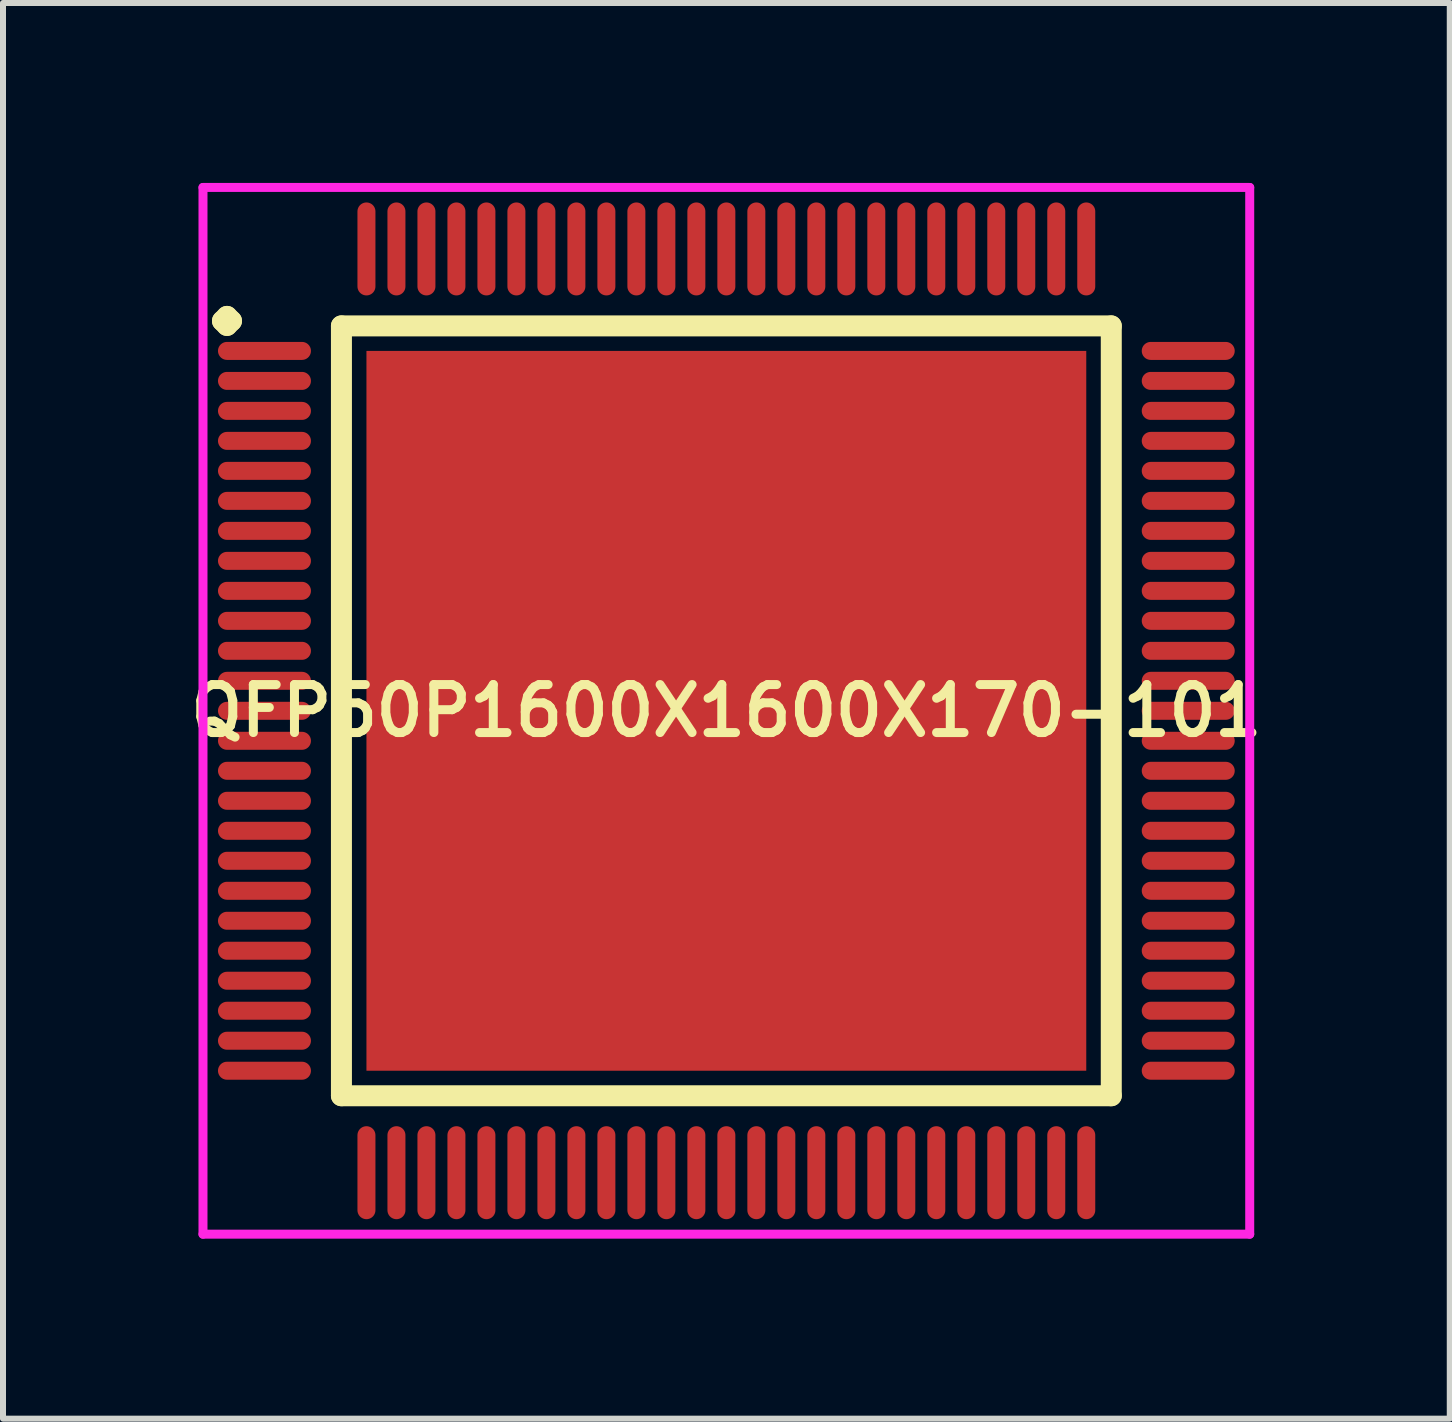
<source format=kicad_pcb>
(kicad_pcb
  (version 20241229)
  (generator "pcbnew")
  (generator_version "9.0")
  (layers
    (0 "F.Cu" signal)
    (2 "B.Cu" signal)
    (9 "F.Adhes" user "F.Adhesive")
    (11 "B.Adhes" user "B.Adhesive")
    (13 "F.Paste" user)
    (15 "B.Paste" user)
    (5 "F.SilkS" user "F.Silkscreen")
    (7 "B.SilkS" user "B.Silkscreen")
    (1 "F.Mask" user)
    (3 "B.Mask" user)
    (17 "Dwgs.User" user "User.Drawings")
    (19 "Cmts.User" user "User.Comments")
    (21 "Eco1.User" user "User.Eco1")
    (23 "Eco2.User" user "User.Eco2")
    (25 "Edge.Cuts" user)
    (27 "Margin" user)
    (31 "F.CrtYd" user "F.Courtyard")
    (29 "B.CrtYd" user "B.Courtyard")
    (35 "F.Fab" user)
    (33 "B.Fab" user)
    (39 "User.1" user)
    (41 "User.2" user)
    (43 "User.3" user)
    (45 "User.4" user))
  (footprint "QFP50P1600X1600X170-101"
    (layer "F.Cu")
    (at 9.059 8.8)
    (property "Reference" "QFP50P1600X1600X170-101" (at 0 0 0) (layer "F.SilkS") (effects (font (size 0.8 0.8) (thickness 0.15))))
    (attr smd)
    (fp_line (start -8.4 -6.5) (end -8.325 -6.575) (stroke (width 0.35) (type solid)) (layer "F.SilkS"))
    (fp_line (start -8.325 -6.575) (end -8.25 -6.5) (stroke (width 0.35) (type solid)) (layer "F.SilkS"))
    (fp_line (start -8.325 -6.425) (end -8.4 -6.5) (stroke (width 0.35) (type solid)) (layer "F.SilkS"))
    (fp_line (start -8.25 -6.5) (end -8.325 -6.425) (stroke (width 0.35) (type solid)) (layer "F.SilkS"))
    (fp_line (start -6.417 -6.417) (end -6.417 6.417) (stroke (width 0.35) (type solid)) (layer "F.SilkS"))
    (fp_line (start -6.417 6.417) (end 6.417 6.417) (stroke (width 0.35) (type solid)) (layer "F.SilkS"))
    (fp_line (start 6.417 -6.417) (end -6.417 -6.417) (stroke (width 0.35) (type solid)) (layer "F.SilkS"))
    (fp_line (start 6.417 6.417) (end 6.417 -6.417) (stroke (width 0.35) (type solid)) (layer "F.SilkS"))
    (fp_line (start -8.725 -8.725) (end 8.725 -8.725) (stroke (width 0.15) (type solid)) (layer "F.CrtYd"))
    (fp_line (start -8.725 8.725) (end -8.725 -8.725) (stroke (width 0.15) (type solid)) (layer "F.CrtYd"))
    (fp_line (start 8.725 -8.725) (end 8.725 8.725) (stroke (width 0.15) (type solid)) (layer "F.CrtYd"))
    (fp_line (start 8.725 8.725) (end -8.725 8.725) (stroke (width 0.15) (type solid)) (layer "F.CrtYd"))
    (pad "1" smd oval (at -7.7 -6) (size 1.55 0.3) (layers "F.Cu" "F.Mask" "F.Paste"))
    (pad "2" smd oval (at -7.7 -5.5) (size 1.55 0.3) (layers "F.Cu" "F.Mask" "F.Paste"))
    (pad "3" smd oval (at -7.7 -5) (size 1.55 0.3) (layers "F.Cu" "F.Mask" "F.Paste"))
    (pad "4" smd oval (at -7.7 -4.5) (size 1.55 0.3) (layers "F.Cu" "F.Mask" "F.Paste"))
    (pad "5" smd oval (at -7.7 -4) (size 1.55 0.3) (layers "F.Cu" "F.Mask" "F.Paste"))
    (pad "6" smd oval (at -7.7 -3.5) (size 1.55 0.3) (layers "F.Cu" "F.Mask" "F.Paste"))
    (pad "7" smd oval (at -7.7 -3) (size 1.55 0.3) (layers "F.Cu" "F.Mask" "F.Paste"))
    (pad "8" smd oval (at -7.7 -2.5) (size 1.55 0.3) (layers "F.Cu" "F.Mask" "F.Paste"))
    (pad "9" smd oval (at -7.7 -2) (size 1.55 0.3) (layers "F.Cu" "F.Mask" "F.Paste"))
    (pad "10" smd oval (at -7.7 -1.5) (size 1.55 0.3) (layers "F.Cu" "F.Mask" "F.Paste"))
    (pad "11" smd oval (at -7.7 -1) (size 1.55 0.3) (layers "F.Cu" "F.Mask" "F.Paste"))
    (pad "12" smd oval (at -7.7 -0.5) (size 1.55 0.3) (layers "F.Cu" "F.Mask" "F.Paste"))
    (pad "13" smd oval (at -7.7 0) (size 1.55 0.3) (layers "F.Cu" "F.Mask" "F.Paste"))
    (pad "14" smd oval (at -7.7 0.5) (size 1.55 0.3) (layers "F.Cu" "F.Mask" "F.Paste"))
    (pad "15" smd oval (at -7.7 1) (size 1.55 0.3) (layers "F.Cu" "F.Mask" "F.Paste"))
    (pad "16" smd oval (at -7.7 1.5) (size 1.55 0.3) (layers "F.Cu" "F.Mask" "F.Paste"))
    (pad "17" smd oval (at -7.7 2) (size 1.55 0.3) (layers "F.Cu" "F.Mask" "F.Paste"))
    (pad "18" smd oval (at -7.7 2.5) (size 1.55 0.3) (layers "F.Cu" "F.Mask" "F.Paste"))
    (pad "19" smd oval (at -7.7 3) (size 1.55 0.3) (layers "F.Cu" "F.Mask" "F.Paste"))
    (pad "20" smd oval (at -7.7 3.5) (size 1.55 0.3) (layers "F.Cu" "F.Mask" "F.Paste"))
    (pad "21" smd oval (at -7.7 4) (size 1.55 0.3) (layers "F.Cu" "F.Mask" "F.Paste"))
    (pad "22" smd oval (at -7.7 4.5) (size 1.55 0.3) (layers "F.Cu" "F.Mask" "F.Paste"))
    (pad "23" smd oval (at -7.7 5) (size 1.55 0.3) (layers "F.Cu" "F.Mask" "F.Paste"))
    (pad "24" smd oval (at -7.7 5.5) (size 1.55 0.3) (layers "F.Cu" "F.Mask" "F.Paste"))
    (pad "25" smd oval (at -7.7 6) (size 1.55 0.3) (layers "F.Cu" "F.Mask" "F.Paste"))
    (pad "26" smd oval (at -6 7.7) (size 0.3 1.55) (layers "F.Cu" "F.Mask" "F.Paste"))
    (pad "27" smd oval (at -5.5 7.7) (size 0.3 1.55) (layers "F.Cu" "F.Mask" "F.Paste"))
    (pad "28" smd oval (at -5 7.7) (size 0.3 1.55) (layers "F.Cu" "F.Mask" "F.Paste"))
    (pad "29" smd oval (at -4.5 7.7) (size 0.3 1.55) (layers "F.Cu" "F.Mask" "F.Paste"))
    (pad "30" smd oval (at -4 7.7) (size 0.3 1.55) (layers "F.Cu" "F.Mask" "F.Paste"))
    (pad "31" smd oval (at -3.5 7.7) (size 0.3 1.55) (layers "F.Cu" "F.Mask" "F.Paste"))
    (pad "32" smd oval (at -3 7.7) (size 0.3 1.55) (layers "F.Cu" "F.Mask" "F.Paste"))
    (pad "33" smd oval (at -2.5 7.7) (size 0.3 1.55) (layers "F.Cu" "F.Mask" "F.Paste"))
    (pad "34" smd oval (at -2 7.7) (size 0.3 1.55) (layers "F.Cu" "F.Mask" "F.Paste"))
    (pad "35" smd oval (at -1.5 7.7) (size 0.3 1.55) (layers "F.Cu" "F.Mask" "F.Paste"))
    (pad "36" smd oval (at -1 7.7) (size 0.3 1.55) (layers "F.Cu" "F.Mask" "F.Paste"))
    (pad "37" smd oval (at -0.5 7.7) (size 0.3 1.55) (layers "F.Cu" "F.Mask" "F.Paste"))
    (pad "38" smd oval (at 0 7.7) (size 0.3 1.55) (layers "F.Cu" "F.Mask" "F.Paste"))
    (pad "39" smd oval (at 0.5 7.7) (size 0.3 1.55) (layers "F.Cu" "F.Mask" "F.Paste"))
    (pad "40" smd oval (at 1 7.7) (size 0.3 1.55) (layers "F.Cu" "F.Mask" "F.Paste"))
    (pad "41" smd oval (at 1.5 7.7) (size 0.3 1.55) (layers "F.Cu" "F.Mask" "F.Paste"))
    (pad "42" smd oval (at 2 7.7) (size 0.3 1.55) (layers "F.Cu" "F.Mask" "F.Paste"))
    (pad "43" smd oval (at 2.5 7.7) (size 0.3 1.55) (layers "F.Cu" "F.Mask" "F.Paste"))
    (pad "44" smd oval (at 3 7.7) (size 0.3 1.55) (layers "F.Cu" "F.Mask" "F.Paste"))
    (pad "45" smd oval (at 3.5 7.7) (size 0.3 1.55) (layers "F.Cu" "F.Mask" "F.Paste"))
    (pad "46" smd oval (at 4 7.7) (size 0.3 1.55) (layers "F.Cu" "F.Mask" "F.Paste"))
    (pad "47" smd oval (at 4.5 7.7) (size 0.3 1.55) (layers "F.Cu" "F.Mask" "F.Paste"))
    (pad "48" smd oval (at 5 7.7) (size 0.3 1.55) (layers "F.Cu" "F.Mask" "F.Paste"))
    (pad "49" smd oval (at 5.5 7.7) (size 0.3 1.55) (layers "F.Cu" "F.Mask" "F.Paste"))
    (pad "50" smd oval (at 6 7.7) (size 0.3 1.55) (layers "F.Cu" "F.Mask" "F.Paste"))
    (pad "51" smd oval (at 7.7 6) (size 1.55 0.3) (layers "F.Cu" "F.Mask" "F.Paste"))
    (pad "52" smd oval (at 7.7 5.5) (size 1.55 0.3) (layers "F.Cu" "F.Mask" "F.Paste"))
    (pad "53" smd oval (at 7.7 5) (size 1.55 0.3) (layers "F.Cu" "F.Mask" "F.Paste"))
    (pad "54" smd oval (at 7.7 4.5) (size 1.55 0.3) (layers "F.Cu" "F.Mask" "F.Paste"))
    (pad "55" smd oval (at 7.7 4) (size 1.55 0.3) (layers "F.Cu" "F.Mask" "F.Paste"))
    (pad "56" smd oval (at 7.7 3.5) (size 1.55 0.3) (layers "F.Cu" "F.Mask" "F.Paste"))
    (pad "57" smd oval (at 7.7 3) (size 1.55 0.3) (layers "F.Cu" "F.Mask" "F.Paste"))
    (pad "58" smd oval (at 7.7 2.5) (size 1.55 0.3) (layers "F.Cu" "F.Mask" "F.Paste"))
    (pad "59" smd oval (at 7.7 2) (size 1.55 0.3) (layers "F.Cu" "F.Mask" "F.Paste"))
    (pad "60" smd oval (at 7.7 1.5) (size 1.55 0.3) (layers "F.Cu" "F.Mask" "F.Paste"))
    (pad "61" smd oval (at 7.7 1) (size 1.55 0.3) (layers "F.Cu" "F.Mask" "F.Paste"))
    (pad "62" smd oval (at 7.7 0.5) (size 1.55 0.3) (layers "F.Cu" "F.Mask" "F.Paste"))
    (pad "63" smd oval (at 7.7 0) (size 1.55 0.3) (layers "F.Cu" "F.Mask" "F.Paste"))
    (pad "64" smd oval (at 7.7 -0.5) (size 1.55 0.3) (layers "F.Cu" "F.Mask" "F.Paste"))
    (pad "65" smd oval (at 7.7 -1) (size 1.55 0.3) (layers "F.Cu" "F.Mask" "F.Paste"))
    (pad "66" smd oval (at 7.7 -1.5) (size 1.55 0.3) (layers "F.Cu" "F.Mask" "F.Paste"))
    (pad "67" smd oval (at 7.7 -2) (size 1.55 0.3) (layers "F.Cu" "F.Mask" "F.Paste"))
    (pad "68" smd oval (at 7.7 -2.5) (size 1.55 0.3) (layers "F.Cu" "F.Mask" "F.Paste"))
    (pad "69" smd oval (at 7.7 -3) (size 1.55 0.3) (layers "F.Cu" "F.Mask" "F.Paste"))
    (pad "70" smd oval (at 7.7 -3.5) (size 1.55 0.3) (layers "F.Cu" "F.Mask" "F.Paste"))
    (pad "71" smd oval (at 7.7 -4) (size 1.55 0.3) (layers "F.Cu" "F.Mask" "F.Paste"))
    (pad "72" smd oval (at 7.7 -4.5) (size 1.55 0.3) (layers "F.Cu" "F.Mask" "F.Paste"))
    (pad "73" smd oval (at 7.7 -5) (size 1.55 0.3) (layers "F.Cu" "F.Mask" "F.Paste"))
    (pad "74" smd oval (at 7.7 -5.5) (size 1.55 0.3) (layers "F.Cu" "F.Mask" "F.Paste"))
    (pad "75" smd oval (at 7.7 -6) (size 1.55 0.3) (layers "F.Cu" "F.Mask" "F.Paste"))
    (pad "76" smd oval (at 6 -7.7) (size 0.3 1.55) (layers "F.Cu" "F.Mask" "F.Paste"))
    (pad "77" smd oval (at 5.5 -7.7) (size 0.3 1.55) (layers "F.Cu" "F.Mask" "F.Paste"))
    (pad "78" smd oval (at 5 -7.7) (size 0.3 1.55) (layers "F.Cu" "F.Mask" "F.Paste"))
    (pad "79" smd oval (at 4.5 -7.7) (size 0.3 1.55) (layers "F.Cu" "F.Mask" "F.Paste"))
    (pad "80" smd oval (at 4 -7.7) (size 0.3 1.55) (layers "F.Cu" "F.Mask" "F.Paste"))
    (pad "81" smd oval (at 3.5 -7.7) (size 0.3 1.55) (layers "F.Cu" "F.Mask" "F.Paste"))
    (pad "82" smd oval (at 3 -7.7) (size 0.3 1.55) (layers "F.Cu" "F.Mask" "F.Paste"))
    (pad "83" smd oval (at 2.5 -7.7) (size 0.3 1.55) (layers "F.Cu" "F.Mask" "F.Paste"))
    (pad "84" smd oval (at 2 -7.7) (size 0.3 1.55) (layers "F.Cu" "F.Mask" "F.Paste"))
    (pad "85" smd oval (at 1.5 -7.7) (size 0.3 1.55) (layers "F.Cu" "F.Mask" "F.Paste"))
    (pad "86" smd oval (at 1 -7.7) (size 0.3 1.55) (layers "F.Cu" "F.Mask" "F.Paste"))
    (pad "87" smd oval (at 0.5 -7.7) (size 0.3 1.55) (layers "F.Cu" "F.Mask" "F.Paste"))
    (pad "88" smd oval (at 0 -7.7) (size 0.3 1.55) (layers "F.Cu" "F.Mask" "F.Paste"))
    (pad "89" smd oval (at -0.5 -7.7) (size 0.3 1.55) (layers "F.Cu" "F.Mask" "F.Paste"))
    (pad "90" smd oval (at -1 -7.7) (size 0.3 1.55) (layers "F.Cu" "F.Mask" "F.Paste"))
    (pad "91" smd oval (at -1.5 -7.7) (size 0.3 1.55) (layers "F.Cu" "F.Mask" "F.Paste"))
    (pad "92" smd oval (at -2 -7.7) (size 0.3 1.55) (layers "F.Cu" "F.Mask" "F.Paste"))
    (pad "93" smd oval (at -2.5 -7.7) (size 0.3 1.55) (layers "F.Cu" "F.Mask" "F.Paste"))
    (pad "94" smd oval (at -3 -7.7) (size 0.3 1.55) (layers "F.Cu" "F.Mask" "F.Paste"))
    (pad "95" smd oval (at -3.5 -7.7) (size 0.3 1.55) (layers "F.Cu" "F.Mask" "F.Paste"))
    (pad "96" smd oval (at -4 -7.7) (size 0.3 1.55) (layers "F.Cu" "F.Mask" "F.Paste"))
    (pad "97" smd oval (at -4.5 -7.7) (size 0.3 1.55) (layers "F.Cu" "F.Mask" "F.Paste"))
    (pad "98" smd oval (at -5 -7.7) (size 0.3 1.55) (layers "F.Cu" "F.Mask" "F.Paste"))
    (pad "99" smd oval (at -5.5 -7.7) (size 0.3 1.55) (layers "F.Cu" "F.Mask" "F.Paste"))
    (pad "100" smd oval (at -6 -7.7) (size 0.3 1.55) (layers "F.Cu" "F.Mask" "F.Paste"))
    (pad "101" smd rect (at 0 0) (size 12 12) (layers "F.Cu" "F.Mask" "F.Paste")))
  (gr_rect
    (start -3 -3)
    (end 21.119 20.6)
    (stroke (width 0.1) (type default))
    (fill no)
    (layer "Edge.Cuts")))
</source>
